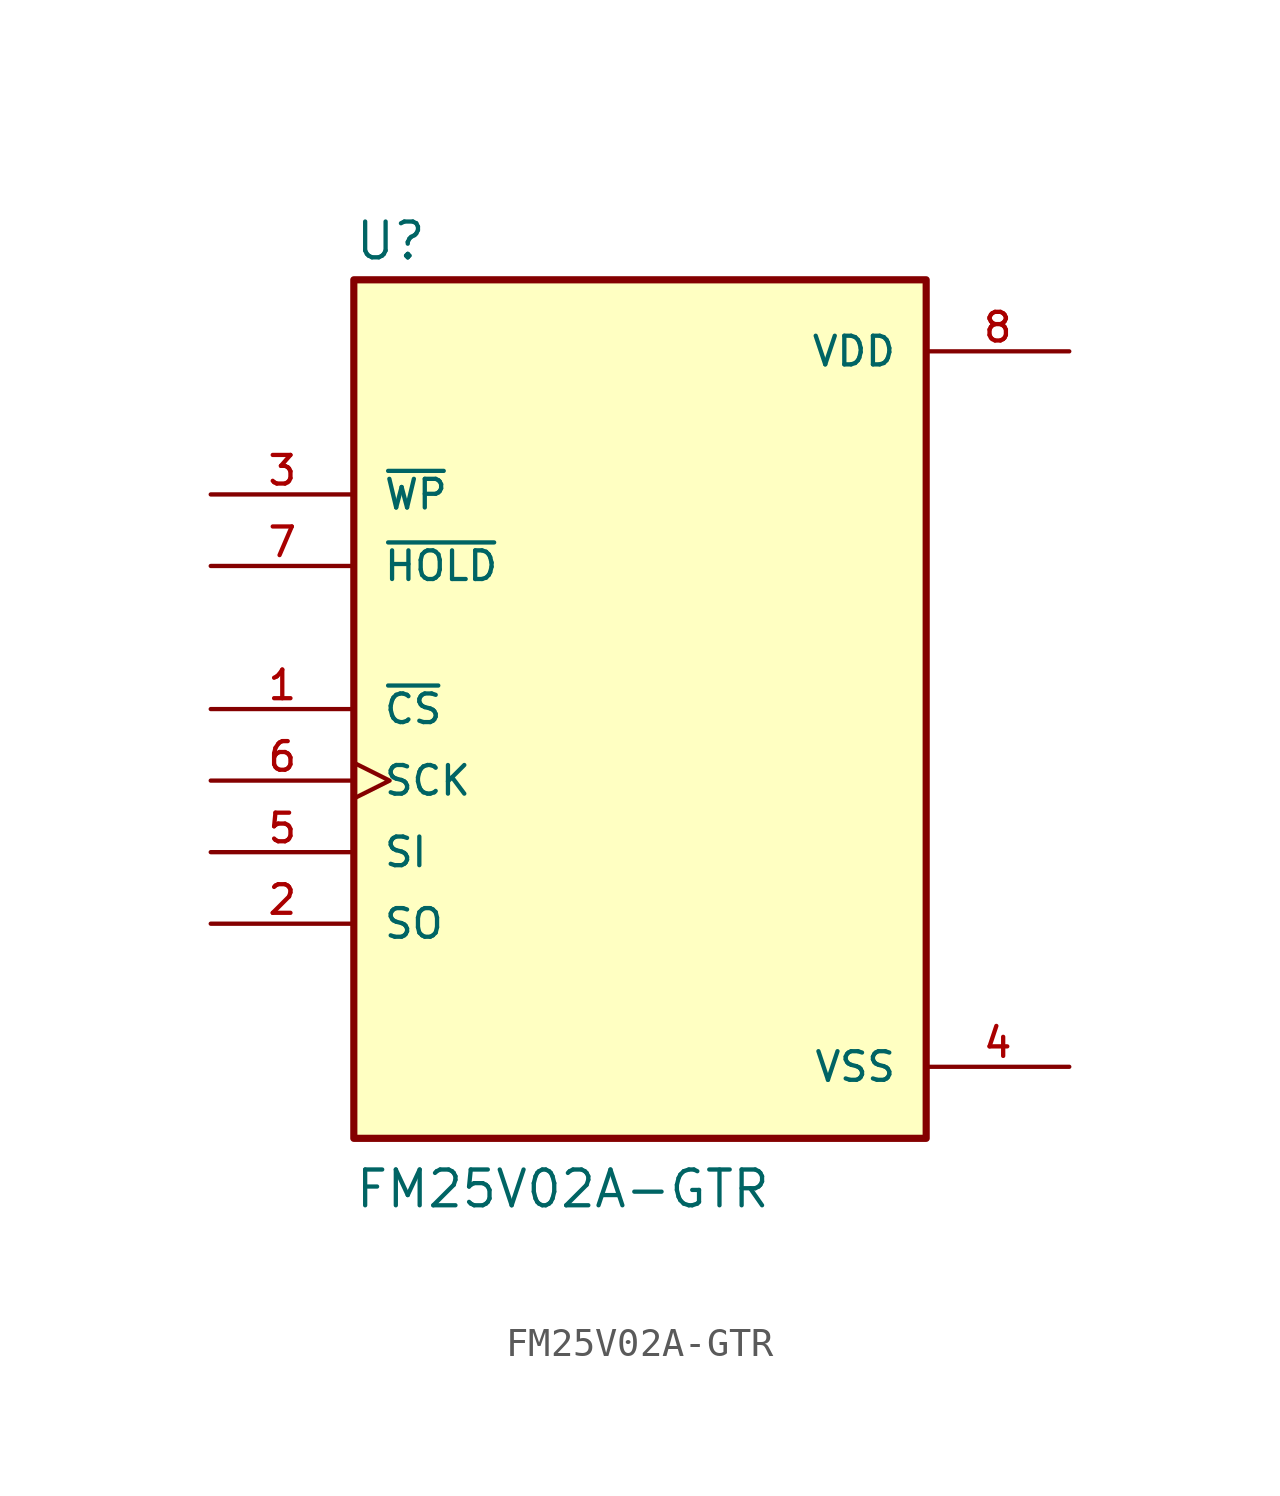
<source format=kicad_sym>
(kicad_symbol_lib
  (version 20211014)
  (generator kicad_symbol_editor)
  (symbol "FM25V02A-GTR"
    (pin_names
      (offset 1.016))
    (property "Reference" "U"
      (at -10.16 15.875 0)
      (effects (font (size 1.27 1.27)) (justify bottom left)))
    (property "Value" "FM25V02A-GTR"
      (at -10.16 -17.78 0)
      (effects (font (size 1.27 1.27)) (justify bottom left)))
    (symbol "FM25V02A-GTR_0_0"
      (rectangle (start -10.16 -15.24) (end 10.16 15.24) (stroke (width 0.254)) (fill (type background)))
      (pin input line (at -15.24 -5.08 0) (length 5.08) (name "SI" (effects (font (size 1.016 1.016)))) (number "5" (effects (font (size 1.016 1.016)))))
      (pin power_in line (at 15.24 -12.7 180.0) (length 5.08) (name "VSS" (effects (font (size 1.016 1.016)))) (number "4" (effects (font (size 1.016 1.016)))))
      (pin input clock (at -15.24 -2.54 0) (length 5.08) (name "SCK" (effects (font (size 1.016 1.016)))) (number "6" (effects (font (size 1.016 1.016)))))
      (pin input line (at -15.24 0.0 0) (length 5.08) (name "~{CS}" (effects (font (size 1.016 1.016)))) (number "1" (effects (font (size 1.016 1.016)))))
      (pin output line (at -15.24 -7.62 0) (length 5.08) (name "SO" (effects (font (size 1.016 1.016)))) (number "2" (effects (font (size 1.016 1.016)))))
      (pin input line (at -15.24 7.62 0) (length 5.08) (name "~{WP}" (effects (font (size 1.016 1.016)))) (number "3" (effects (font (size 1.016 1.016)))))
      (pin input line (at -15.24 5.08 0) (length 5.08) (name "~{HOLD}" (effects (font (size 1.016 1.016)))) (number "7" (effects (font (size 1.016 1.016)))))
      (pin power_in line (at 15.24 12.7 180.0) (length 5.08) (name "VDD" (effects (font (size 1.016 1.016)))) (number "8" (effects (font (size 1.016 1.016))))))))
</source>
